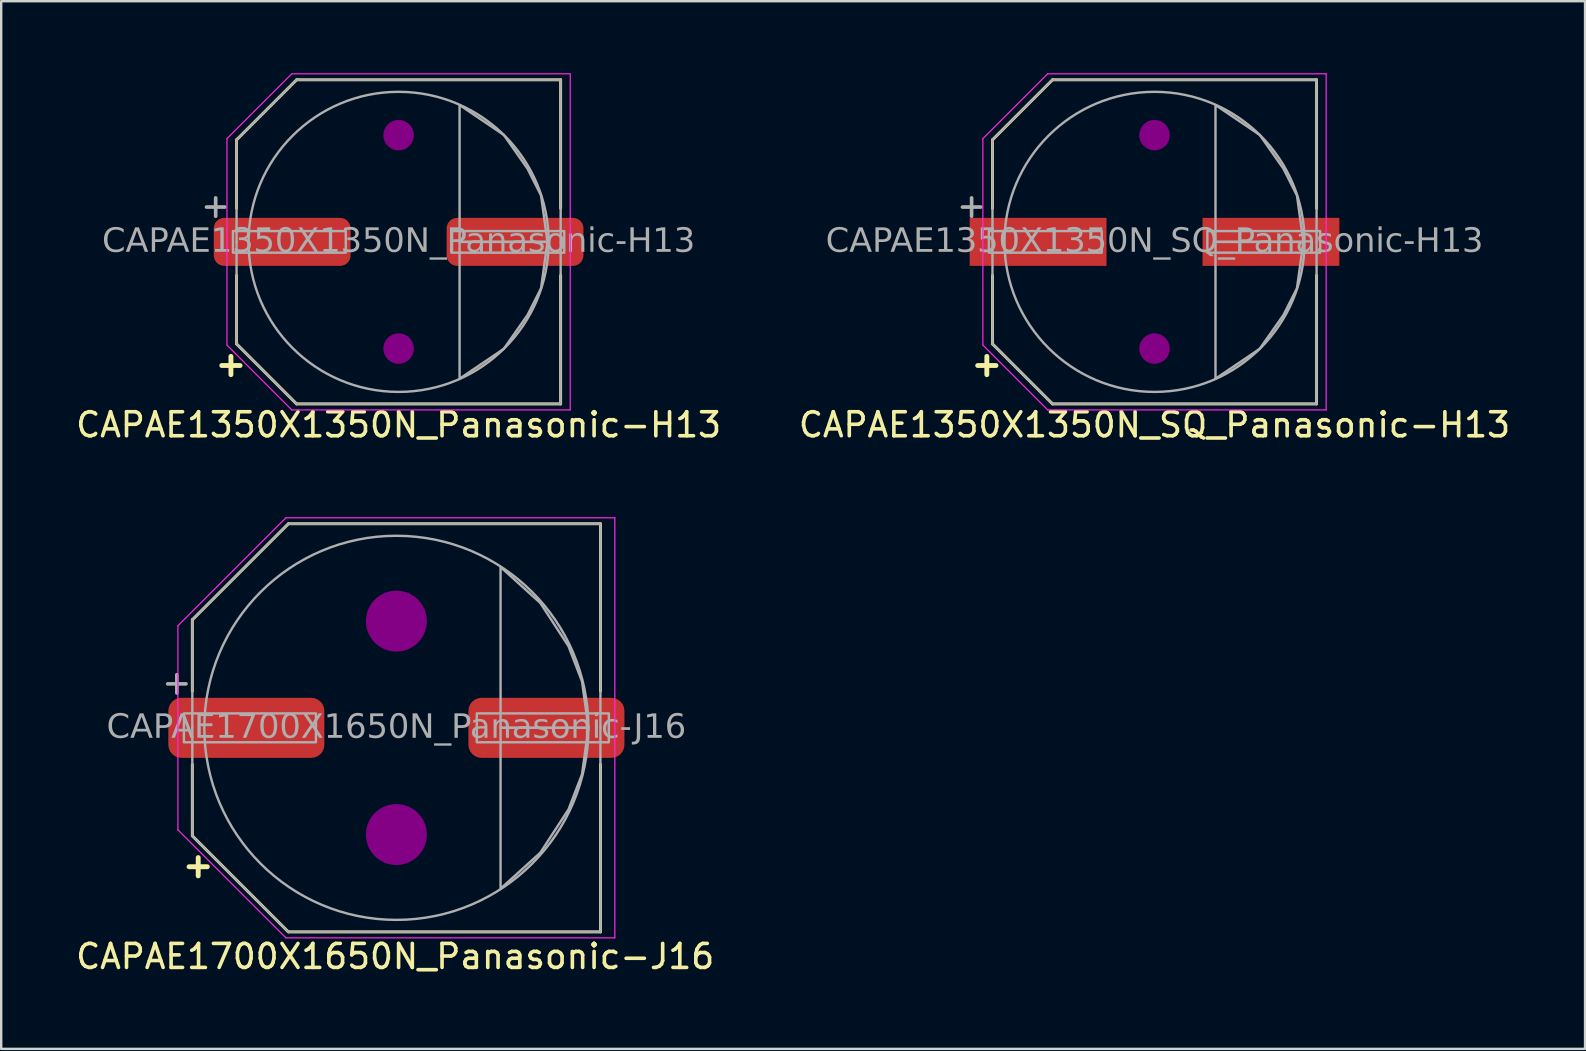
<source format=kicad_pcb>
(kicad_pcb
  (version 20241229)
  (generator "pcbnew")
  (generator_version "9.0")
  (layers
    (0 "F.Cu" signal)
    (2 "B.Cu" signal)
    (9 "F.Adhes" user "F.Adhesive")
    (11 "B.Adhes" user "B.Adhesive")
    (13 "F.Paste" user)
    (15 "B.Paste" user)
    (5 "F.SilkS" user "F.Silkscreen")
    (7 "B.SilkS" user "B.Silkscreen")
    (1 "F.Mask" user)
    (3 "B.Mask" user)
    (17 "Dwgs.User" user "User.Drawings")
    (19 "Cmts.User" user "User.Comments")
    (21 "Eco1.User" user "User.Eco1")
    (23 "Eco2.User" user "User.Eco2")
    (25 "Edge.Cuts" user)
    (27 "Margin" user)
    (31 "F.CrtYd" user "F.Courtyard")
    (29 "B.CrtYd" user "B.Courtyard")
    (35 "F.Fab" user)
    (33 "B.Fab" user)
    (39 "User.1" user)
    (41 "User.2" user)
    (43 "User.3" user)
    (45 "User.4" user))
  (footprint "CAPAE1350X1350N_Panasonic-H13"
    (layer "F.Cu")
    (at 13.554 7.025)
    (property "Reference" "CAPAE1350X1350N_Panasonic-H13" (at 0 7.62 0) (layer "F.SilkS") (effects (font (size 1 1) (thickness 0.15))))
    (attr smd)
    (fp_line (start -6.75 -4.25) (end -4.25 -6.75) (stroke (width 0.12) (type default)) (layer "F.SilkS"))
    (fp_line (start -6.75 -1.397) (end -6.75 -4.25) (stroke (width 0.12) (type default)) (layer "F.SilkS"))
    (fp_line (start -6.75 1.397) (end -6.75 4.25) (stroke (width 0.12) (type default)) (layer "F.SilkS"))
    (fp_line (start -6.75 4.25) (end -4.25 6.75) (stroke (width 0.12) (type default)) (layer "F.SilkS"))
    (fp_line (start -4.25 -6.75) (end 6.75 -6.75) (stroke (width 0.12) (type solid)) (layer "F.SilkS"))
    (fp_line (start -4.25 6.75) (end 6.75 6.75) (stroke (width 0.12) (type solid)) (layer "F.SilkS"))
    (fp_line (start 6.75 -1.397) (end 6.75 -6.75) (stroke (width 0.12) (type solid)) (layer "F.SilkS"))
    (fp_line (start 6.75 1.397) (end 6.75 6.75) (stroke (width 0.12) (type solid)) (layer "F.SilkS"))
    (fp_circle (center 0 -4.445) (end 0.635 -4.445) (stroke (width 0) (type solid)) (fill yes) (layer "F.Adhes"))
    (fp_circle (center 0 4.445) (end 0.635 4.445) (stroke (width 0) (type solid)) (fill yes) (layer "F.Adhes"))
    (fp_line (start -7.15 -4.3) (end -7.15 0) (stroke (width 0.05) (type solid)) (layer "F.CrtYd"))
    (fp_line (start -7.15 4.3) (end -7.15 0) (stroke (width 0.05) (type solid)) (layer "F.CrtYd"))
    (fp_line (start -4.45 -7) (end -7.15 -4.3) (stroke (width 0.05) (type default)) (layer "F.CrtYd"))
    (fp_line (start -4.45 -7) (end 7.15 -7) (stroke (width 0.05) (type solid)) (layer "F.CrtYd"))
    (fp_line (start -4.45 7) (end -7.15 4.3) (stroke (width 0.05) (type default)) (layer "F.CrtYd"))
    (fp_line (start -4.45 7) (end 7.15 7) (stroke (width 0.05) (type solid)) (layer "F.CrtYd"))
    (fp_line (start 7.15 -7) (end 7.15 0) (stroke (width 0.05) (type solid)) (layer "F.CrtYd"))
    (fp_line (start 7.15 7) (end 7.15 0) (stroke (width 0.05) (type solid)) (layer "F.CrtYd"))
    (fp_line (start -6.75 -4.25) (end -6.75 0) (stroke (width 0.1) (type solid)) (layer "F.Fab"))
    (fp_line (start -6.75 -4.25) (end -4.249 -6.75) (stroke (width 0.1) (type default)) (layer "F.Fab"))
    (fp_line (start -6.75 4.25) (end -6.75 0) (stroke (width 0.1) (type solid)) (layer "F.Fab"))
    (fp_line (start -6.75 4.25) (end -4.249 6.75) (stroke (width 0.1) (type default)) (layer "F.Fab"))
    (fp_line (start -4.249 -6.75) (end 6.75 -6.75) (stroke (width 0.1) (type solid)) (layer "F.Fab"))
    (fp_line (start -4.249 6.75) (end 6.75 6.75) (stroke (width 0.1) (type solid)) (layer "F.Fab"))
    (fp_line (start 6.75 -6.75) (end 6.75 0) (stroke (width 0.1) (type solid)) (layer "F.Fab"))
    (fp_line (start 6.75 6.75) (end 6.75 0) (stroke (width 0.1) (type solid)) (layer "F.Fab"))
    (fp_rect (start -6.9 0.45) (end -2.2 -0.45) (stroke (width 0.1) (type solid)) (fill no) (layer "F.Fab"))
    (fp_rect (start 2.2 0.45) (end 6.9 -0.45) (stroke (width 0.1) (type solid)) (fill no) (layer "F.Fab"))
    (fp_circle (center 0 0) (end 6.25 0) (stroke (width 0.1) (type default)) (fill no) (layer "F.Fab"))
    (fp_poly (pts (xy 2.54 -5.7) (xy 4.383 -4.454) (xy 5.37 -3.048) (xy 5.933 -1.933) (xy 6.2 0) (xy 2.54 0)) (stroke (width 0.1) (type solid)) (fill no) (layer "F.Fab"))
    (fp_poly (pts (xy 2.54 5.7) (xy 4.383 4.454) (xy 5.37 3.048) (xy 5.933 1.933) (xy 6.2 0) (xy 2.54 0)) (stroke (width 0.1) (type solid)) (fill no) (layer "F.Fab"))
    (fp_text user "+" (at -6.985 5.08 0) (unlocked yes) (layer "F.SilkS") (effects (font (size 1 1) (thickness 0.203) (bold yes))))
    (fp_text user "${REFERENCE}" (at 0 0 0) (layer "F.Fab") (effects (font (face "Tahoma") (size 1 1) (thickness 0.15))))
    (fp_text user "+" (at -7.62 -1.524 0) (unlocked yes) (layer "F.Fab") (effects (font (size 1 1) (thickness 0.152))))
    (pad "1" smd roundrect (at -4.85 0) (size 5.7 2) (layers "F.Cu" "F.Mask" "F.Paste") (roundrect_rratio 0.217))
    (pad "2" smd roundrect (at 4.85 0) (size 5.7 2) (layers "F.Cu" "F.Mask" "F.Paste") (roundrect_rratio 0.217)))
  (footprint "CAPAE1350X1350N_SQ_Panasonic-H13"
    (layer "F.Cu")
    (at 45.042 7.025)
    (property "Reference" "CAPAE1350X1350N_SQ_Panasonic-H13" (at 0 7.62 0) (layer "F.SilkS") (effects (font (size 1 1) (thickness 0.15))))
    (attr smd)
    (fp_line (start -6.75 -4.25) (end -4.25 -6.75) (stroke (width 0.12) (type default)) (layer "F.SilkS"))
    (fp_line (start -6.75 -1.397) (end -6.75 -4.25) (stroke (width 0.12) (type default)) (layer "F.SilkS"))
    (fp_line (start -6.75 1.397) (end -6.75 4.25) (stroke (width 0.12) (type default)) (layer "F.SilkS"))
    (fp_line (start -6.75 4.25) (end -4.25 6.75) (stroke (width 0.12) (type default)) (layer "F.SilkS"))
    (fp_line (start -4.25 -6.75) (end 6.75 -6.75) (stroke (width 0.12) (type solid)) (layer "F.SilkS"))
    (fp_line (start -4.25 6.75) (end 6.75 6.75) (stroke (width 0.12) (type solid)) (layer "F.SilkS"))
    (fp_line (start 6.75 -1.397) (end 6.75 -6.75) (stroke (width 0.12) (type solid)) (layer "F.SilkS"))
    (fp_line (start 6.75 1.397) (end 6.75 6.75) (stroke (width 0.12) (type solid)) (layer "F.SilkS"))
    (fp_circle (center 0 -4.445) (end 0.635 -4.445) (stroke (width 0) (type solid)) (fill yes) (layer "F.Adhes"))
    (fp_circle (center 0 4.445) (end 0.635 4.445) (stroke (width 0) (type solid)) (fill yes) (layer "F.Adhes"))
    (fp_line (start -7.15 -4.3) (end -7.15 0) (stroke (width 0.05) (type solid)) (layer "F.CrtYd"))
    (fp_line (start -7.15 4.3) (end -7.15 0) (stroke (width 0.05) (type solid)) (layer "F.CrtYd"))
    (fp_line (start -4.45 -7) (end -7.15 -4.3) (stroke (width 0.05) (type default)) (layer "F.CrtYd"))
    (fp_line (start -4.45 -7) (end 7.15 -7) (stroke (width 0.05) (type solid)) (layer "F.CrtYd"))
    (fp_line (start -4.45 7) (end -7.15 4.3) (stroke (width 0.05) (type default)) (layer "F.CrtYd"))
    (fp_line (start -4.45 7) (end 7.15 7) (stroke (width 0.05) (type solid)) (layer "F.CrtYd"))
    (fp_line (start 7.15 -7) (end 7.15 0) (stroke (width 0.05) (type solid)) (layer "F.CrtYd"))
    (fp_line (start 7.15 7) (end 7.15 0) (stroke (width 0.05) (type solid)) (layer "F.CrtYd"))
    (fp_line (start -6.75 -4.25) (end -6.75 0) (stroke (width 0.1) (type solid)) (layer "F.Fab"))
    (fp_line (start -6.75 -4.25) (end -4.249 -6.75) (stroke (width 0.1) (type default)) (layer "F.Fab"))
    (fp_line (start -6.75 4.25) (end -6.75 0) (stroke (width 0.1) (type solid)) (layer "F.Fab"))
    (fp_line (start -6.75 4.25) (end -4.249 6.75) (stroke (width 0.1) (type default)) (layer "F.Fab"))
    (fp_line (start -4.249 -6.75) (end 6.75 -6.75) (stroke (width 0.1) (type solid)) (layer "F.Fab"))
    (fp_line (start -4.249 6.75) (end 6.75 6.75) (stroke (width 0.1) (type solid)) (layer "F.Fab"))
    (fp_line (start 6.75 -6.75) (end 6.75 0) (stroke (width 0.1) (type solid)) (layer "F.Fab"))
    (fp_line (start 6.75 6.75) (end 6.75 0) (stroke (width 0.1) (type solid)) (layer "F.Fab"))
    (fp_rect (start -6.9 0.45) (end -2.2 -0.45) (stroke (width 0.1) (type solid)) (fill no) (layer "F.Fab"))
    (fp_rect (start 2.2 0.45) (end 6.9 -0.45) (stroke (width 0.1) (type solid)) (fill no) (layer "F.Fab"))
    (fp_circle (center 0 0) (end 6.25 0) (stroke (width 0.1) (type default)) (fill no) (layer "F.Fab"))
    (fp_poly (pts (xy 2.54 -5.7) (xy 4.383 -4.454) (xy 5.37 -3.048) (xy 5.933 -1.933) (xy 6.2 0) (xy 2.54 0)) (stroke (width 0.1) (type solid)) (fill no) (layer "F.Fab"))
    (fp_poly (pts (xy 2.54 5.7) (xy 4.383 4.454) (xy 5.37 3.048) (xy 5.933 1.933) (xy 6.2 0) (xy 2.54 0)) (stroke (width 0.1) (type solid)) (fill no) (layer "F.Fab"))
    (fp_text user "+" (at -6.985 5.08 0) (unlocked yes) (layer "F.SilkS") (effects (font (size 1 1) (thickness 0.203) (bold yes))))
    (fp_text user "+" (at -7.62 -1.524 0) (unlocked yes) (layer "F.Fab") (effects (font (size 1 1) (thickness 0.152))))
    (fp_text user "${REFERENCE}" (at 0 0 0) (layer "F.Fab") (effects (font (face "Tahoma") (size 1 1) (thickness 0.15))))
    (pad "1" smd rect (at -4.85 0) (size 5.7 2) (layers "F.Cu" "F.Mask" "F.Paste"))
    (pad "2" smd rect (at 4.85 0) (size 5.7 2) (layers "F.Cu" "F.Mask" "F.Paste")))
  (footprint "CAPAE1700X1650N_Panasonic-J16"
    (layer "F.Cu")
    (at 13.461 27.268)
    (property "Reference" "CAPAE1700X1650N_Panasonic-J16" (at -0.05 9.525 0) (layer "F.SilkS") (effects (font (size 1 1) (thickness 0.15))))
    (attr smd)
    (fp_line (start -8.5 -1.524) (end -8.5 -4.5) (stroke (width 0.12) (type default)) (layer "F.SilkS"))
    (fp_line (start -8.5 1.524) (end -8.5 4.5) (stroke (width 0.12) (type default)) (layer "F.SilkS"))
    (fp_line (start -8.498 -4.502) (end -4.5 -8.5) (stroke (width 0.12) (type default)) (layer "F.SilkS"))
    (fp_line (start -8.498 4.502) (end -4.5 8.5) (stroke (width 0.12) (type default)) (layer "F.SilkS"))
    (fp_line (start -4.49 -8.5) (end 8.5 -8.5) (stroke (width 0.12) (type solid)) (layer "F.SilkS"))
    (fp_line (start -4.49 8.5) (end 8.5 8.5) (stroke (width 0.12) (type solid)) (layer "F.SilkS"))
    (fp_line (start 8.5 -1.524) (end 8.5 -8.5) (stroke (width 0.12) (type solid)) (layer "F.SilkS"))
    (fp_line (start 8.5 1.524) (end 8.5 8.5) (stroke (width 0.12) (type solid)) (layer "F.SilkS"))
    (fp_circle (center 0 -4.445) (end 1.27 -4.445) (stroke (width 0) (type solid)) (fill yes) (layer "F.Adhes"))
    (fp_circle (center 0 4.445) (end 1.27 4.445) (stroke (width 0) (type solid)) (fill yes) (layer "F.Adhes"))
    (fp_line (start -9.1 -4.25) (end -9.1 0) (stroke (width 0.05) (type solid)) (layer "F.CrtYd"))
    (fp_line (start -9.1 4.25) (end -9.1 0) (stroke (width 0.05) (type solid)) (layer "F.CrtYd"))
    (fp_line (start -4.6 -8.75) (end -9.1 -4.25) (stroke (width 0.05) (type default)) (layer "F.CrtYd"))
    (fp_line (start -4.6 -8.75) (end 9.1 -8.75) (stroke (width 0.05) (type solid)) (layer "F.CrtYd"))
    (fp_line (start -4.6 8.75) (end -9.1 4.25) (stroke (width 0.05) (type default)) (layer "F.CrtYd"))
    (fp_line (start -4.6 8.75) (end 9.1 8.75) (stroke (width 0.05) (type solid)) (layer "F.CrtYd"))
    (fp_line (start 9.1 -8.75) (end 9.1 0) (stroke (width 0.05) (type solid)) (layer "F.CrtYd"))
    (fp_line (start 9.1 8.75) (end 9.1 0) (stroke (width 0.05) (type solid)) (layer "F.CrtYd"))
    (fp_line (start -8.5 -4.5) (end -8.5 0) (stroke (width 0.1) (type solid)) (layer "F.Fab"))
    (fp_line (start -8.5 -4.5) (end -4.5 -8.5) (stroke (width 0.1) (type default)) (layer "F.Fab"))
    (fp_line (start -8.5 4.5) (end -8.5 0) (stroke (width 0.1) (type solid)) (layer "F.Fab"))
    (fp_line (start -8.5 4.5) (end -4.5 8.5) (stroke (width 0.1) (type default)) (layer "F.Fab"))
    (fp_line (start -4.5 -8.5) (end 8.5 -8.5) (stroke (width 0.1) (type solid)) (layer "F.Fab"))
    (fp_line (start -4.5 8.5) (end 8.5 8.5) (stroke (width 0.1) (type solid)) (layer "F.Fab"))
    (fp_line (start 8.5 -8.5) (end 8.5 0) (stroke (width 0.1) (type solid)) (layer "F.Fab"))
    (fp_line (start 8.5 8.5) (end 8.5 0) (stroke (width 0.1) (type solid)) (layer "F.Fab"))
    (fp_rect (start -8.85 0.6) (end -3.35 -0.6) (stroke (width 0.1) (type solid)) (fill no) (layer "F.Fab"))
    (fp_rect (start 3.35 0.6) (end 8.85 -0.6) (stroke (width 0.1) (type solid)) (fill no) (layer "F.Fab"))
    (fp_circle (center 0 0) (end 8 0) (stroke (width 0.1) (type default)) (fill no) (layer "F.Fab"))
    (fp_poly (pts (xy 4.34 -6.7) (xy 5.997 -5.2) (xy 7.17 -3.4) (xy 7.733 -1.933) (xy 8 0) (xy 4.34 0)) (stroke (width 0.1) (type solid)) (fill no) (layer "F.Fab"))
    (fp_poly (pts (xy 4.34 6.7) (xy 5.997 5.2) (xy 7.17 3.4) (xy 7.733 1.933) (xy 8 0) (xy 4.34 0)) (stroke (width 0.1) (type solid)) (fill no) (layer "F.Fab"))
    (fp_text user "+" (at -8.255 5.715 0) (unlocked yes) (layer "F.SilkS") (effects (font (size 1 1) (thickness 0.203) (bold yes))))
    (fp_text user "+" (at -9.144 -1.905 0) (unlocked yes) (layer "F.Fab") (effects (font (size 1 1) (thickness 0.152))))
    (fp_text user "${REFERENCE}" (at 0 0 0) (layer "F.Fab") (effects (font (face "Tahoma") (size 1 1) (thickness 0.15))))
    (pad "1" smd roundrect (at -6.25 0) (size 6.5 2.5) (layers "F.Cu" "F.Mask" "F.Paste") (roundrect_rratio 0.217))
    (pad "2" smd roundrect (at 6.25 0) (size 6.5 2.5) (layers "F.Cu" "F.Mask" "F.Paste") (roundrect_rratio 0.217)))
  (gr_rect
    (start -3 -3)
    (end 62.976 40.642)
    (stroke (width 0.1) (type default))
    (fill no)
    (layer "Edge.Cuts")))
</source>
